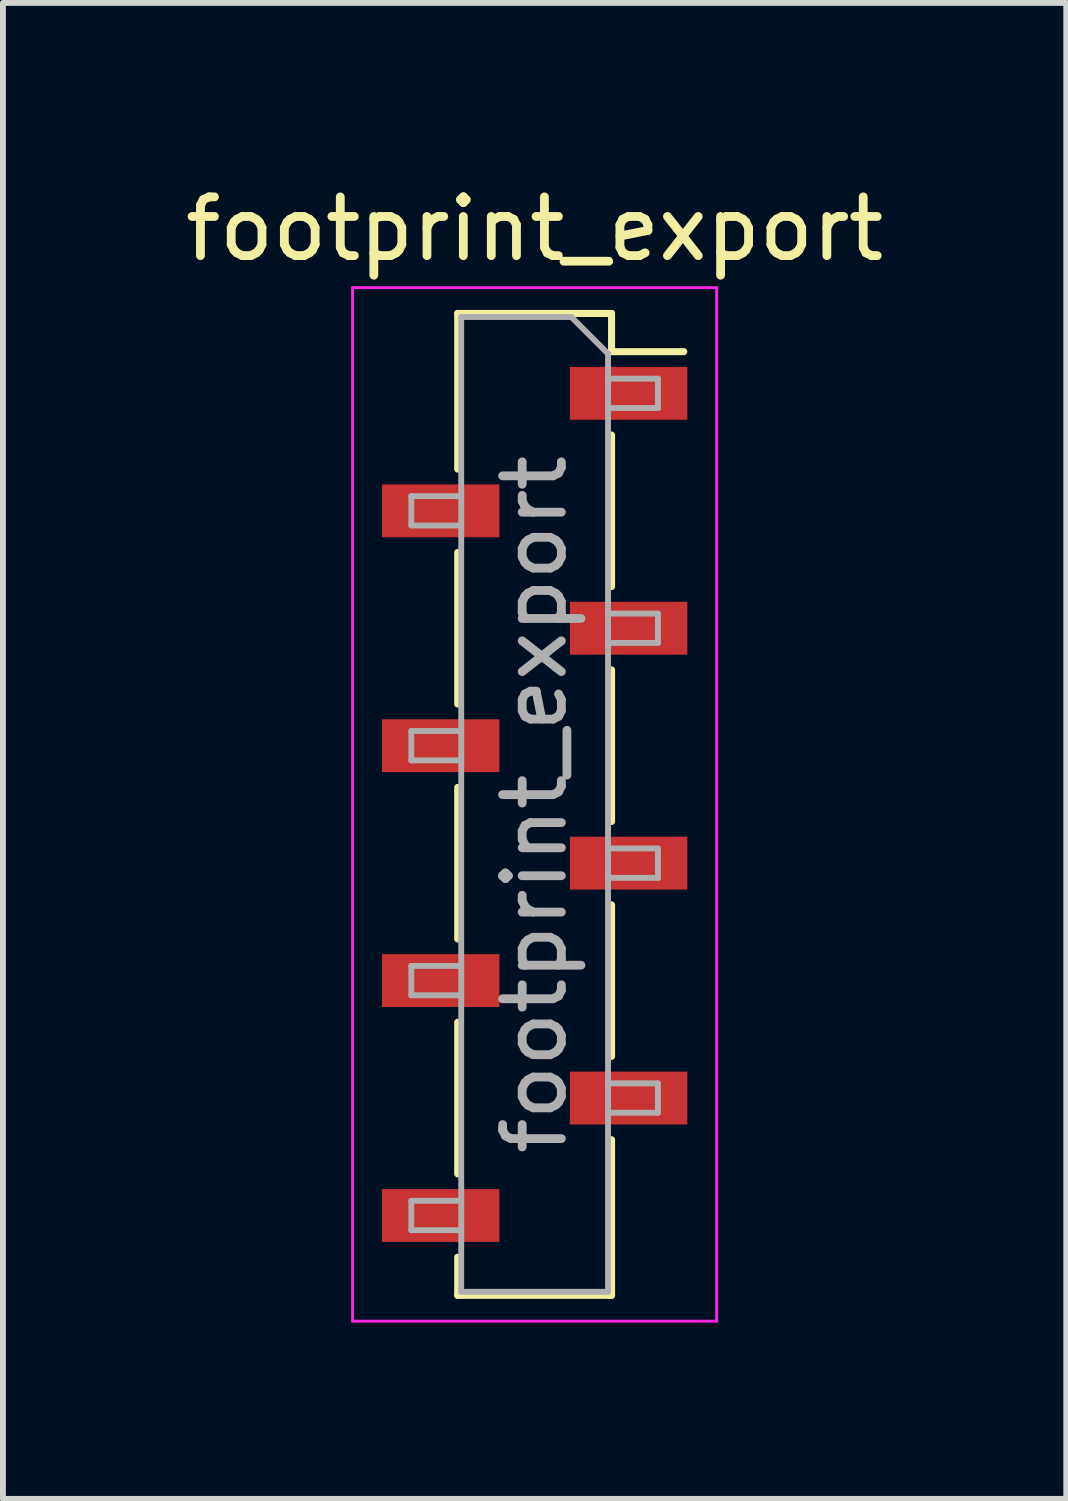
<source format=kicad_pcb>
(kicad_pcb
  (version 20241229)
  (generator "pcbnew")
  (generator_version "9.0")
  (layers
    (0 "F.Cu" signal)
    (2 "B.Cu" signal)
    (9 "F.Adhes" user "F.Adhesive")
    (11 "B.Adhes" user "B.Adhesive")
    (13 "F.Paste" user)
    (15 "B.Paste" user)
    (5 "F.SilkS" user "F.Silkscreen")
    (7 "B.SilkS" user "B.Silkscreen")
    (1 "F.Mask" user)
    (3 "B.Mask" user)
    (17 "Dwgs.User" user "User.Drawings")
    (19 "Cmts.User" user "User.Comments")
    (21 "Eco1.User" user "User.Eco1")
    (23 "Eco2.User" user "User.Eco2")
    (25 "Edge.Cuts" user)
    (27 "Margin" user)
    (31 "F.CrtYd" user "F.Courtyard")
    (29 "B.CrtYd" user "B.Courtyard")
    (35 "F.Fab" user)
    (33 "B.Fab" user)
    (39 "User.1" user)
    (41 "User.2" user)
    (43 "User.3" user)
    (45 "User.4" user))
  (footprint "footprint_export"
    (layer "F.Cu")
    (at 6.054 10.648)
    (property "Reference" "footprint_export" (at 0 -9.8 0) (layer "F.SilkS") (effects (font (size 1 1) (thickness 0.15))))
    (attr smd)
    (fp_line (start -1.31 -8.36) (end -1.31 -5.71) (stroke (width 0.12) (type solid)) (layer "F.SilkS"))
    (fp_line (start -1.31 -8.36) (end 1.31 -8.36) (stroke (width 0.12) (type solid)) (layer "F.SilkS"))
    (fp_line (start -1.31 -4.29) (end -1.31 -1.71) (stroke (width 0.12) (type solid)) (layer "F.SilkS"))
    (fp_line (start -1.31 -0.29) (end -1.31 2.29) (stroke (width 0.12) (type solid)) (layer "F.SilkS"))
    (fp_line (start -1.31 3.71) (end -1.31 6.29) (stroke (width 0.12) (type solid)) (layer "F.SilkS"))
    (fp_line (start -1.31 7.71) (end -1.31 8.36) (stroke (width 0.12) (type solid)) (layer "F.SilkS"))
    (fp_line (start -1.31 8.36) (end 1.31 8.36) (stroke (width 0.12) (type solid)) (layer "F.SilkS"))
    (fp_line (start 1.31 -8.36) (end 1.31 -7.71) (stroke (width 0.12) (type solid)) (layer "F.SilkS"))
    (fp_line (start 1.31 -7.71) (end 2.54 -7.71) (stroke (width 0.12) (type solid)) (layer "F.SilkS"))
    (fp_line (start 1.31 -6.29) (end 1.31 -3.71) (stroke (width 0.12) (type solid)) (layer "F.SilkS"))
    (fp_line (start 1.31 -2.29) (end 1.31 0.29) (stroke (width 0.12) (type solid)) (layer "F.SilkS"))
    (fp_line (start 1.31 1.71) (end 1.31 4.29) (stroke (width 0.12) (type solid)) (layer "F.SilkS"))
    (fp_line (start 1.31 5.71) (end 1.31 8.36) (stroke (width 0.12) (type solid)) (layer "F.SilkS"))
    (fp_line (start -3.1 -8.8) (end 3.1 -8.8) (stroke (width 0.05) (type solid)) (layer "F.CrtYd"))
    (fp_line (start -3.1 8.8) (end -3.1 -8.8) (stroke (width 0.05) (type solid)) (layer "F.CrtYd"))
    (fp_line (start 3.1 -8.8) (end 3.1 8.8) (stroke (width 0.05) (type solid)) (layer "F.CrtYd"))
    (fp_line (start 3.1 8.8) (end -3.1 8.8) (stroke (width 0.05) (type solid)) (layer "F.CrtYd"))
    (fp_line (start -2.1 -5.25) (end -1.25 -5.25) (stroke (width 0.1) (type solid)) (layer "F.Fab"))
    (fp_line (start -2.1 -4.75) (end -2.1 -5.25) (stroke (width 0.1) (type solid)) (layer "F.Fab"))
    (fp_line (start -2.1 -1.25) (end -1.25 -1.25) (stroke (width 0.1) (type solid)) (layer "F.Fab"))
    (fp_line (start -2.1 -0.75) (end -2.1 -1.25) (stroke (width 0.1) (type solid)) (layer "F.Fab"))
    (fp_line (start -2.1 2.75) (end -1.25 2.75) (stroke (width 0.1) (type solid)) (layer "F.Fab"))
    (fp_line (start -2.1 3.25) (end -2.1 2.75) (stroke (width 0.1) (type solid)) (layer "F.Fab"))
    (fp_line (start -2.1 6.75) (end -1.25 6.75) (stroke (width 0.1) (type solid)) (layer "F.Fab"))
    (fp_line (start -2.1 7.25) (end -2.1 6.75) (stroke (width 0.1) (type solid)) (layer "F.Fab"))
    (fp_line (start -1.25 -8.3) (end 0.625 -8.3) (stroke (width 0.1) (type solid)) (layer "F.Fab"))
    (fp_line (start -1.25 -4.75) (end -2.1 -4.75) (stroke (width 0.1) (type solid)) (layer "F.Fab"))
    (fp_line (start -1.25 -0.75) (end -2.1 -0.75) (stroke (width 0.1) (type solid)) (layer "F.Fab"))
    (fp_line (start -1.25 3.25) (end -2.1 3.25) (stroke (width 0.1) (type solid)) (layer "F.Fab"))
    (fp_line (start -1.25 7.25) (end -2.1 7.25) (stroke (width 0.1) (type solid)) (layer "F.Fab"))
    (fp_line (start -1.25 8.3) (end -1.25 -8.3) (stroke (width 0.1) (type solid)) (layer "F.Fab"))
    (fp_line (start 0.625 -8.3) (end 1.25 -7.675) (stroke (width 0.1) (type solid)) (layer "F.Fab"))
    (fp_line (start 1.25 -7.675) (end 1.25 8.3) (stroke (width 0.1) (type solid)) (layer "F.Fab"))
    (fp_line (start 1.25 -7.25) (end 2.1 -7.25) (stroke (width 0.1) (type solid)) (layer "F.Fab"))
    (fp_line (start 1.25 -3.25) (end 2.1 -3.25) (stroke (width 0.1) (type solid)) (layer "F.Fab"))
    (fp_line (start 1.25 0.75) (end 2.1 0.75) (stroke (width 0.1) (type solid)) (layer "F.Fab"))
    (fp_line (start 1.25 4.75) (end 2.1 4.75) (stroke (width 0.1) (type solid)) (layer "F.Fab"))
    (fp_line (start 1.25 8.3) (end -1.25 8.3) (stroke (width 0.1) (type solid)) (layer "F.Fab"))
    (fp_line (start 2.1 -7.25) (end 2.1 -6.75) (stroke (width 0.1) (type solid)) (layer "F.Fab"))
    (fp_line (start 2.1 -6.75) (end 1.25 -6.75) (stroke (width 0.1) (type solid)) (layer "F.Fab"))
    (fp_line (start 2.1 -3.25) (end 2.1 -2.75) (stroke (width 0.1) (type solid)) (layer "F.Fab"))
    (fp_line (start 2.1 -2.75) (end 1.25 -2.75) (stroke (width 0.1) (type solid)) (layer "F.Fab"))
    (fp_line (start 2.1 0.75) (end 2.1 1.25) (stroke (width 0.1) (type solid)) (layer "F.Fab"))
    (fp_line (start 2.1 1.25) (end 1.25 1.25) (stroke (width 0.1) (type solid)) (layer "F.Fab"))
    (fp_line (start 2.1 4.75) (end 2.1 5.25) (stroke (width 0.1) (type solid)) (layer "F.Fab"))
    (fp_line (start 2.1 5.25) (end 1.25 5.25) (stroke (width 0.1) (type solid)) (layer "F.Fab"))
    (fp_text user "${REFERENCE}" (at 0 0 90) (layer "F.Fab") (effects (font (size 1 1) (thickness 0.15))))
    (pad "1" smd rect (at 1.6 -7) (size 2 0.9) (layers "F.Cu" "F.Mask" "F.Paste"))
    (pad "2" smd rect (at -1.6 -5) (size 2 0.9) (layers "F.Cu" "F.Mask" "F.Paste"))
    (pad "3" smd rect (at 1.6 -3) (size 2 0.9) (layers "F.Cu" "F.Mask" "F.Paste"))
    (pad "4" smd rect (at -1.6 -1) (size 2 0.9) (layers "F.Cu" "F.Mask" "F.Paste"))
    (pad "5" smd rect (at 1.6 1) (size 2 0.9) (layers "F.Cu" "F.Mask" "F.Paste"))
    (pad "6" smd rect (at -1.6 3) (size 2 0.9) (layers "F.Cu" "F.Mask" "F.Paste"))
    (pad "7" smd rect (at 1.6 5) (size 2 0.9) (layers "F.Cu" "F.Mask" "F.Paste"))
    (pad "8" smd rect (at -1.6 7) (size 2 0.9) (layers "F.Cu" "F.Mask" "F.Paste")))
  (gr_rect
    (start -3 -3)
    (end 15.107 22.473)
    (stroke (width 0.1) (type default))
    (fill no)
    (layer "Edge.Cuts")))
</source>
